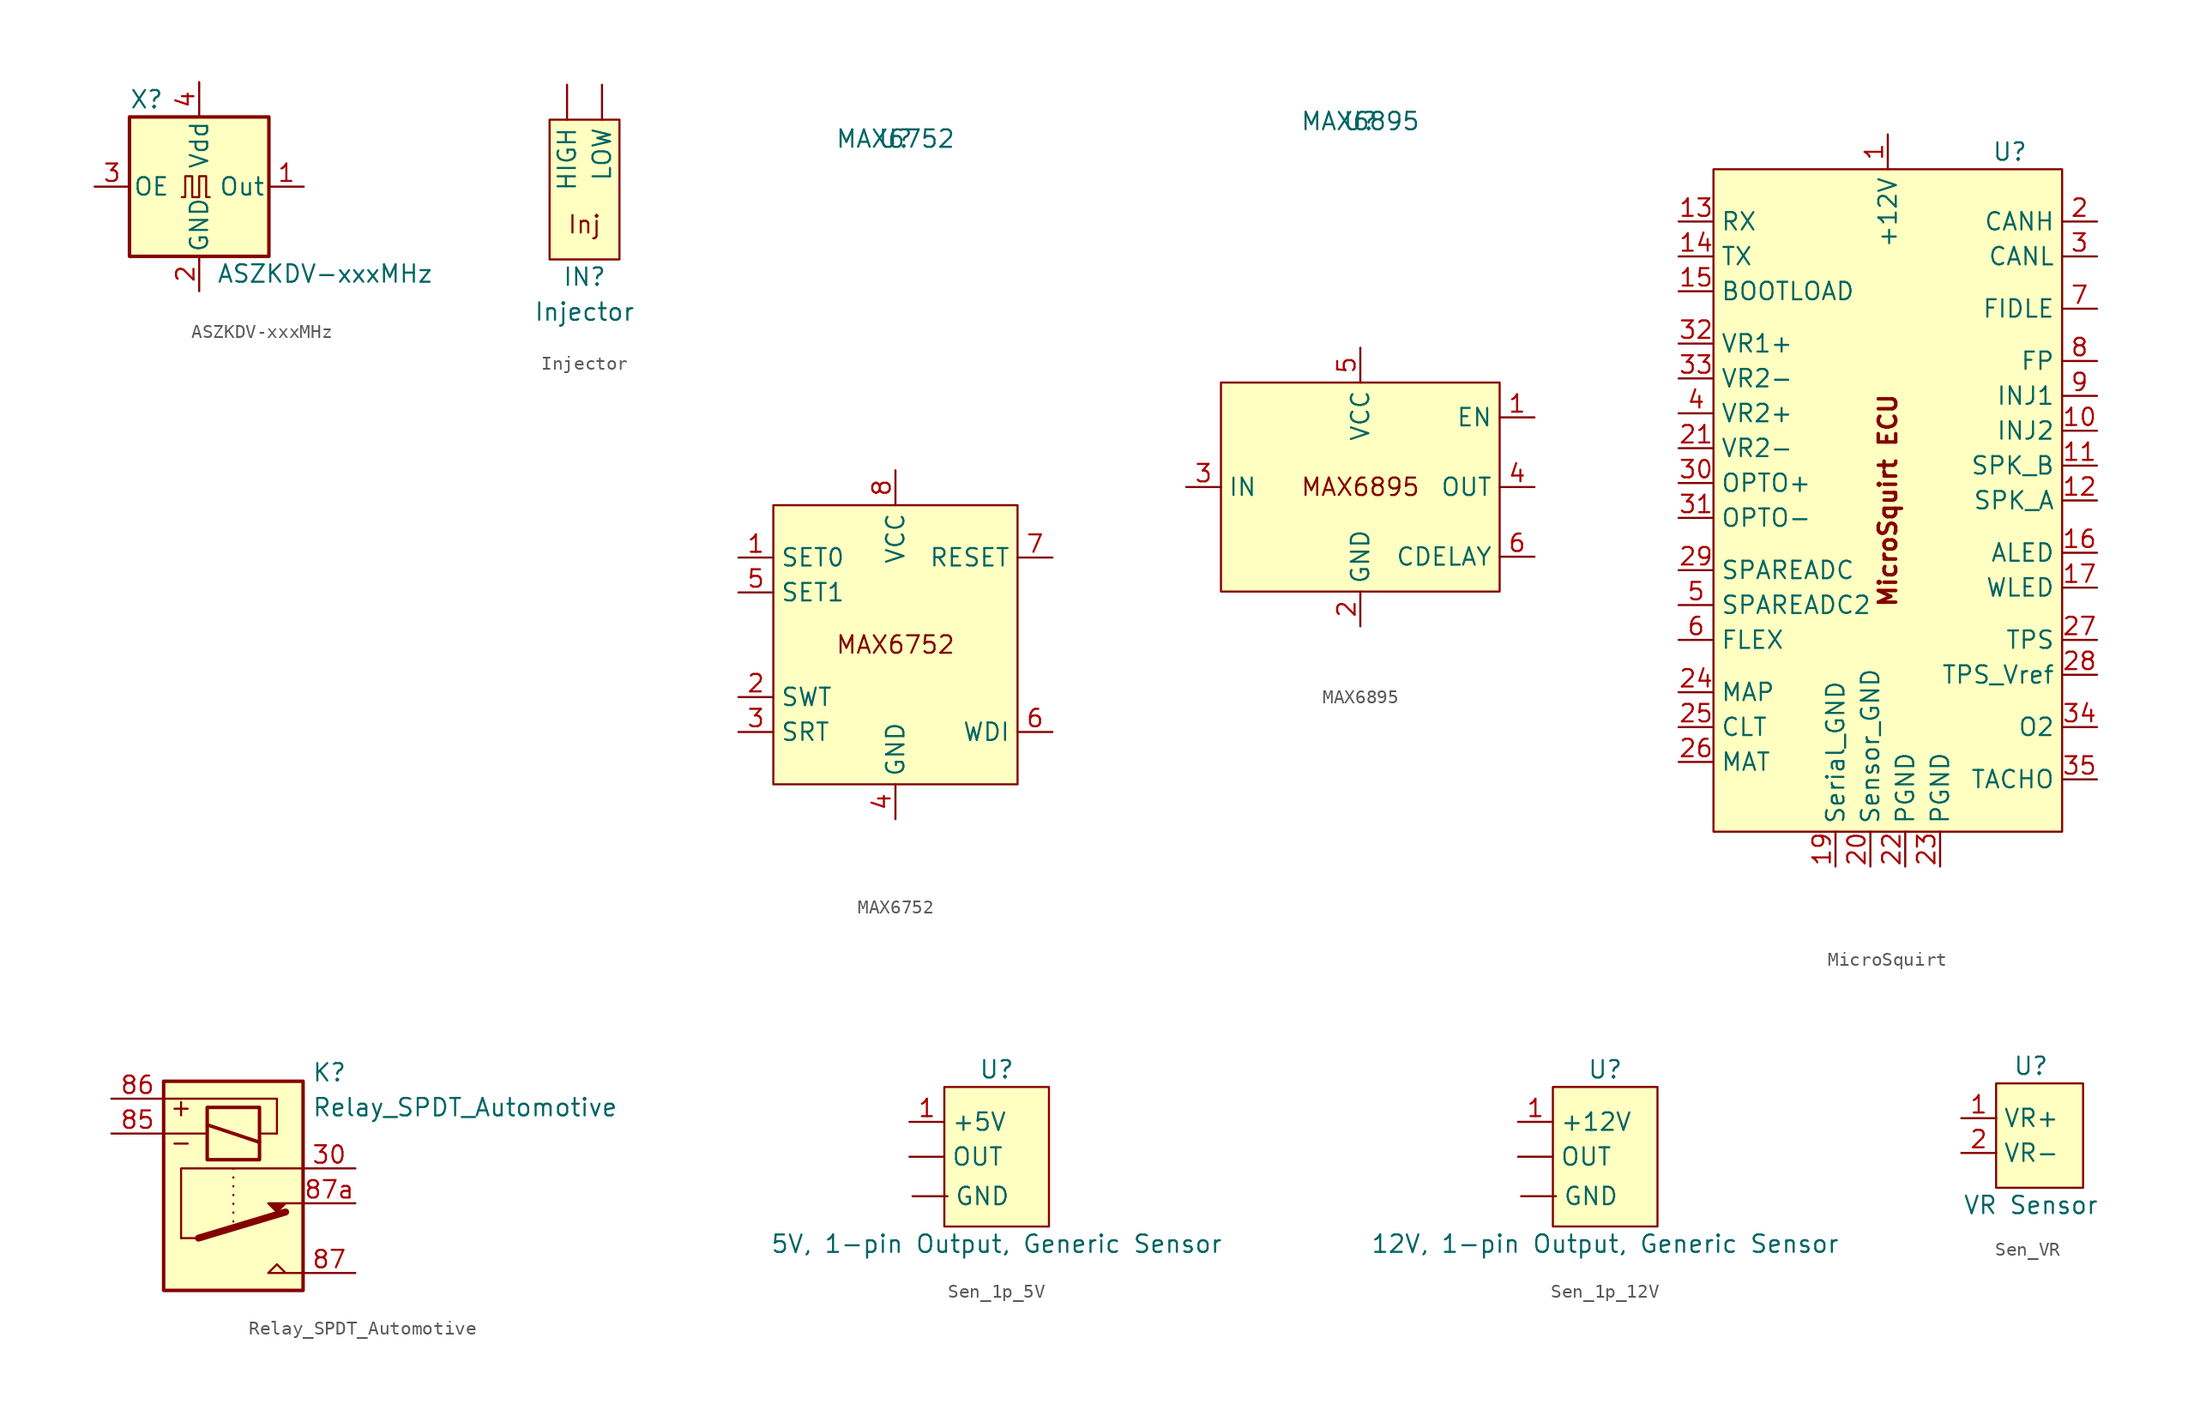
<source format=kicad_sym>
(kicad_symbol_lib
  (version 20241209)
  (generator "kicad_symbol_editor")
  (generator_version "9.0")
  (symbol "ASZKDV-xxxMHz"
    (pin_names
      (offset 0.254))
    (property "Reference" "X"
      (at -5.08 6.35 0)
      (effects (font (size 1.27 1.27)) (justify left)))
    (property "Value" "ASZKDV-xxxMHz"
      (at 1.27 -6.35 0)
      (effects (font (size 1.27 1.27)) (justify left)))
    (symbol "ASZKDV-xxxMHz_0_1"
      (rectangle (start -5.08 5.08) (end 5.08 -5.08) (stroke (width 0.254) (type default)) (fill (type background)))
      (polyline (pts (xy -1.27 -0.762) (xy -1.016 -0.762) (xy -1.016 0.762) (xy -0.508 0.762) (xy -0.508 -0.762) (xy 0 -0.762) (xy 0 0.762) (xy 0.508 0.762) (xy 0.508 -0.762) (xy 0.762 -0.762)) (stroke (width 0) (type default)) (fill (type none))))
    (symbol "ASZKDV-xxxMHz_1_1"
      (pin input line (at -7.62 0 0) (length 2.54) (name "OE" (effects (font (size 1.27 1.27)))) (number "3" (effects (font (size 1.27 1.27)))))
      (pin power_in line (at 0 7.62 270) (length 2.54) (name "Vdd" (effects (font (size 1.27 1.27)))) (number "4" (effects (font (size 1.27 1.27)))))
      (pin power_in line (at 0 -7.62 90) (length 2.54) (name "GND" (effects (font (size 1.27 1.27)))) (number "2" (effects (font (size 1.27 1.27)))))
      (pin output line (at 7.62 0 180) (length 2.54) (name "Out" (effects (font (size 1.27 1.27)))) (number "1" (effects (font (size 1.27 1.27)))))))
  (symbol "Injector"
    (property "Reference" "IN"
      (at 0 -6.35 0)
      (effects (font (size 1.27 1.27))))
    (property "Value" "Injector"
      (at 0 -8.89 0)
      (effects (font (size 1.27 1.27))))
    (symbol "Injector_1_1"
      (rectangle (start -2.54 5.08) (end 2.54 -5.08) (stroke (width 0) (type default)) (fill (type background)))
      (text "Inj" (at 0 -2.54 0) (effects (font (size 1.27 1.27))))
      (pin input line (at -1.27 7.62 270) (length 2.54) (name "HIGH" (effects (font (size 1.27 1.27)))) (number "" (effects (font (size 1.27 1.27)))))
      (pin input line (at 1.27 7.62 270) (length 2.54) (name "LOW" (effects (font (size 1.27 1.27)))) (number "" (effects (font (size 1.27 1.27)))))))
  (symbol "MAX6752"
    (property "Reference" "U"
      (at 0 36.83 0)
      (effects (font (size 1.27 1.27))))
    (property "Value" "MAX6752"
      (at 0 36.83 0)
      (effects (font (size 1.27 1.27))))
    (symbol "MAX6752_1_1"
      (rectangle (start -8.89 10.16) (end 8.89 -10.16) (stroke (width 0) (type default)) (fill (type background)))
      (text "MAX6752" (at 0 0 0) (effects (font (size 1.27 1.27))))
      (pin input line (at -11.43 6.35 0) (length 2.54) (name "SET0" (effects (font (size 1.27 1.27)))) (number "1" (effects (font (size 1.27 1.27)))))
      (pin input line (at -11.43 3.81 0) (length 2.54) (name "SET1" (effects (font (size 1.27 1.27)))) (number "5" (effects (font (size 1.27 1.27)))))
      (pin input line (at -11.43 -3.81 0) (length 2.54) (name "SWT" (effects (font (size 1.27 1.27)))) (number "2" (effects (font (size 1.27 1.27)))))
      (pin input line (at -11.43 -6.35 0) (length 2.54) (name "SRT" (effects (font (size 1.27 1.27)))) (number "3" (effects (font (size 1.27 1.27)))))
      (pin power_in line (at 0 12.7 270) (length 2.54) (name "VCC" (effects (font (size 1.27 1.27)))) (number "8" (effects (font (size 1.27 1.27)))))
      (pin power_in line (at 0 -12.7 90) (length 2.54) (name "GND" (effects (font (size 1.27 1.27)))) (number "4" (effects (font (size 1.27 1.27)))))
      (pin output line (at 11.43 6.35 180) (length 2.54) (name "RESET" (effects (font (size 1.27 1.27)))) (number "7" (effects (font (size 1.27 1.27)))))
      (pin input line (at 11.43 -6.35 180) (length 2.54) (name "WDI" (effects (font (size 1.27 1.27)))) (number "6" (effects (font (size 1.27 1.27)))))))
  (symbol "MAX6895"
    (property "Reference" "U"
      (at 0 26.67 0)
      (effects (font (size 1.27 1.27))))
    (property "Value" "MAX6895"
      (at 0 26.67 0)
      (effects (font (size 1.27 1.27))))
    (symbol "MAX6895_1_1"
      (rectangle (start -10.16 7.62) (end 10.16 -7.62) (stroke (width 0) (type default)) (fill (type background)))
      (text "MAX6895" (at 0 0 0) (effects (font (size 1.27 1.27))))
      (pin input line (at -12.7 0 0) (length 2.54) (name "IN" (effects (font (size 1.27 1.27)))) (number "3" (effects (font (size 1.27 1.27)))))
      (pin power_in line (at 0 10.16 270) (length 2.54) (name "VCC" (effects (font (size 1.27 1.27)))) (number "5" (effects (font (size 1.27 1.27)))))
      (pin power_in line (at 0 -10.16 90) (length 2.54) (name "GND" (effects (font (size 1.27 1.27)))) (number "2" (effects (font (size 1.27 1.27)))))
      (pin input line (at 12.7 5.08 180) (length 2.54) (name "EN" (effects (font (size 1.27 1.27)))) (number "1" (effects (font (size 1.27 1.27)))))
      (pin output line (at 12.7 0 180) (length 2.54) (name "OUT" (effects (font (size 1.27 1.27)))) (number "4" (effects (font (size 1.27 1.27)))))
      (pin input line (at 12.7 -5.08 180) (length 2.54) (name "CDELAY" (effects (font (size 1.27 1.27)))) (number "6" (effects (font (size 1.27 1.27)))))))
  (symbol "MicroSquirt"
    (property "Reference" "U"
      (at 8.89 25.4 0)
      (effects (font (size 1.27 1.27))))
    (property "Value" ""
      (at 0 0 0)
      (effects (font (size 1.27 1.27))))
    (symbol "MicroSquirt_1_1"
      (rectangle (start -12.7 24.13) (end 12.7 -24.13) (stroke (width 0) (type default)) (fill (type background)))
      (text "MicroSquirt ECU" (at 0 0 900) (effects (font (size 1.27 1.27) (thickness 0.254) (bold yes))))
      (pin input line (at -15.24 20.32 0) (length 2.54) (name "RX" (effects (font (size 1.27 1.27)))) (number "13" (effects (font (size 1.27 1.27)))))
      (pin output line (at -15.24 17.78 0) (length 2.54) (name "TX" (effects (font (size 1.27 1.27)))) (number "14" (effects (font (size 1.27 1.27)))))
      (pin input line (at -15.24 15.24 0) (length 2.54) (name "BOOTLOAD" (effects (font (size 1.27 1.27)))) (number "15" (effects (font (size 1.27 1.27)))))
      (pin input line (at -15.24 11.43 0) (length 2.54) (name "VR1+" (effects (font (size 1.27 1.27)))) (number "32" (effects (font (size 1.27 1.27)))))
      (pin input line (at -15.24 8.89 0) (length 2.54) (name "VR2-" (effects (font (size 1.27 1.27)))) (number "33" (effects (font (size 1.27 1.27)))))
      (pin input line (at -15.24 6.35 0) (length 2.54) (name "VR2+" (effects (font (size 1.27 1.27)))) (number "4" (effects (font (size 1.27 1.27)))))
      (pin input line (at -15.24 3.81 0) (length 2.54) (name "VR2-" (effects (font (size 1.27 1.27)))) (number "21" (effects (font (size 1.27 1.27)))))
      (pin input line (at -15.24 1.27 0) (length 2.54) (name "OPTO+" (effects (font (size 1.27 1.27)))) (number "30" (effects (font (size 1.27 1.27)))))
      (pin input line (at -15.24 -1.27 0) (length 2.54) (name "OPTO-" (effects (font (size 1.27 1.27)))) (number "31" (effects (font (size 1.27 1.27)))))
      (pin input line (at -15.24 -5.08 0) (length 2.54) (name "SPAREADC" (effects (font (size 1.27 1.27)))) (number "29" (effects (font (size 1.27 1.27)))))
      (pin input line (at -15.24 -7.62 0) (length 2.54) (name "SPAREADC2" (effects (font (size 1.27 1.27)))) (number "5" (effects (font (size 1.27 1.27)))))
      (pin input line (at -15.24 -10.16 0) (length 2.54) (name "FLEX" (effects (font (size 1.27 1.27)))) (number "6" (effects (font (size 1.27 1.27)))))
      (pin input line (at -15.24 -13.97 0) (length 2.54) (name "MAP" (effects (font (size 1.27 1.27)))) (number "24" (effects (font (size 1.27 1.27)))))
      (pin input line (at -15.24 -16.51 0) (length 2.54) (name "CLT" (effects (font (size 1.27 1.27)))) (number "25" (effects (font (size 1.27 1.27)))))
      (pin input line (at -15.24 -19.05 0) (length 2.54) (name "MAT" (effects (font (size 1.27 1.27)))) (number "26" (effects (font (size 1.27 1.27)))))
      (pin power_in line (at -3.81 -26.67 90) (length 2.54) (name "Serial_GND" (effects (font (size 1.27 1.27)))) (number "19" (effects (font (size 1.27 1.27)))))
      (pin power_in line (at -1.27 -26.67 90) (length 2.54) (name "Sensor_GND" (effects (font (size 1.27 1.27)))) (number "20" (effects (font (size 1.27 1.27)))))
      (pin power_in line (at 0 26.67 270) (length 2.54) (name "+12V" (effects (font (size 1.27 1.27)))) (number "1" (effects (font (size 1.27 1.27)))))
      (pin power_in line (at 1.27 -26.67 90) (length 2.54) (name "PGND" (effects (font (size 1.27 1.27)))) (number "22" (effects (font (size 1.27 1.27)))))
      (pin power_in line (at 3.81 -26.67 90) (length 2.54) (name "PGND" (effects (font (size 1.27 1.27)))) (number "23" (effects (font (size 1.27 1.27)))))
      (pin bidirectional line (at 15.24 20.32 180) (length 2.54) (name "CANH" (effects (font (size 1.27 1.27)))) (number "2" (effects (font (size 1.27 1.27)))))
      (pin bidirectional line (at 15.24 17.78 180) (length 2.54) (name "CANL" (effects (font (size 1.27 1.27)))) (number "3" (effects (font (size 1.27 1.27)))))
      (pin output line (at 15.24 13.97 180) (length 2.54) (name "FIDLE" (effects (font (size 1.27 1.27)))) (number "7" (effects (font (size 1.27 1.27)))))
      (pin output line (at 15.24 10.16 180) (length 2.54) (name "FP" (effects (font (size 1.27 1.27)))) (number "8" (effects (font (size 1.27 1.27)))))
      (pin output line (at 15.24 7.62 180) (length 2.54) (name "INJ1" (effects (font (size 1.27 1.27)))) (number "9" (effects (font (size 1.27 1.27)))))
      (pin output line (at 15.24 5.08 180) (length 2.54) (name "INJ2" (effects (font (size 1.27 1.27)))) (number "10" (effects (font (size 1.27 1.27)))))
      (pin output line (at 15.24 2.54 180) (length 2.54) (name "SPK_B" (effects (font (size 1.27 1.27)))) (number "11" (effects (font (size 1.27 1.27)))))
      (pin output line (at 15.24 0 180) (length 2.54) (name "SPK_A" (effects (font (size 1.27 1.27)))) (number "12" (effects (font (size 1.27 1.27)))))
      (pin output line (at 15.24 -3.81 180) (length 2.54) (name "ALED" (effects (font (size 1.27 1.27)))) (number "16" (effects (font (size 1.27 1.27)))))
      (pin output line (at 15.24 -6.35 180) (length 2.54) (name "WLED" (effects (font (size 1.27 1.27)))) (number "17" (effects (font (size 1.27 1.27)))))
      (pin input line (at 15.24 -10.16 180) (length 2.54) (name "TPS" (effects (font (size 1.27 1.27)))) (number "27" (effects (font (size 1.27 1.27)))))
      (pin power_in line (at 15.24 -12.7 180) (length 2.54) (name "TPS_Vref" (effects (font (size 1.27 1.27)))) (number "28" (effects (font (size 1.27 1.27)))))
      (pin input line (at 15.24 -16.51 180) (length 2.54) (name "O2" (effects (font (size 1.27 1.27)))) (number "34" (effects (font (size 1.27 1.27)))))
      (pin output line (at 15.24 -20.32 180) (length 2.54) (name "TACHO" (effects (font (size 1.27 1.27)))) (number "35" (effects (font (size 1.27 1.27)))))))
  (symbol "Relay_SPDT_Automotive"
    (property "Reference" "K"
      (at 6.985 6.985 0)
      (effects (font (size 1.27 1.27)) (justify left)))
    (property "Value" "Relay_SPDT_Automotive"
      (at 6.985 4.445 0)
      (effects (font (size 1.27 1.27)) (justify left)))
    (symbol "Relay_SPDT_Automotive_0_0"
      (polyline (pts (xy 6.35 -7.62) (xy 3.81 -7.62) (xy 4.445 -6.985) (xy 5.08 -7.62)) (stroke (width 0) (type default)) (fill (type none))))
    (symbol "Relay_SPDT_Automotive_0_1"
      (rectangle (start -3.81 6.35) (end 6.35 -8.89) (stroke (width 0.254) (type default)) (fill (type background)))
      (polyline (pts (xy -3.81 2.54) (xy -0.635 2.54)) (stroke (width 0) (type default)) (fill (type none)))
      (polyline (pts (xy -1.27 -5.08) (xy -2.54 -5.08)) (stroke (width 0) (type default)) (fill (type none)))
      (polyline (pts (xy -1.27 -5.08) (xy 5.08 -3.175)) (stroke (width 0.508) (type default)) (fill (type none)))
      (rectangle (start -0.635 4.445) (end 3.175 0.635) (stroke (width 0.254) (type default)) (fill (type none)))
      (polyline (pts (xy -0.635 3.175) (xy 3.175 1.905)) (stroke (width 0.254) (type default)) (fill (type none)))
      (polyline (pts (xy 4.445 2.54) (xy 3.175 2.54)) (stroke (width 0) (type default)) (fill (type none)))
      (polyline (pts (xy 4.445 2.54) (xy 4.445 5.08) (xy -3.81 5.08)) (stroke (width 0) (type default)) (fill (type none)))
      (polyline (pts (xy 6.35 0) (xy -2.54 0) (xy -2.54 -5.08)) (stroke (width 0) (type default)) (fill (type none)))
      (polyline (pts (xy 6.35 -2.54) (xy 3.81 -2.54) (xy 4.445 -3.175) (xy 5.08 -2.54)) (stroke (width 0) (type default)) (fill (type outline))))
    (symbol "Relay_SPDT_Automotive_1_1"
      (polyline (pts (xy 1.27 0.635) (xy 1.27 -4.445)) (stroke (width 0) (type dot)) (fill (type none)))
      (text "+" (at -2.54 4.445 0) (effects (font (size 1.27 1.27))))
      (text "-" (at -2.54 1.905 0) (effects (font (size 1.27 1.27))))
      (pin passive line (at -7.62 5.08 0) (length 3.81) (name "~" (effects (font (size 1.27 1.27)))) (number "86" (effects (font (size 1.27 1.27)))))
      (pin passive line (at -7.62 2.54 0) (length 3.81) (name "~" (effects (font (size 1.27 1.27)))) (number "85" (effects (font (size 1.27 1.27)))))
      (pin passive line (at 10.16 0 180) (length 3.81) (name "~" (effects (font (size 1.27 1.27)))) (number "30" (effects (font (size 1.27 1.27)))))
      (pin passive line (at 10.16 -2.54 180) (length 3.81) (name "~" (effects (font (size 1.27 1.27)))) (number "87a" (effects (font (size 1.27 1.27)))))
      (pin passive line (at 10.16 -7.62 180) (length 3.81) (name "~" (effects (font (size 1.27 1.27)))) (number "87" (effects (font (size 1.27 1.27)))))))
  (symbol "Sen_1p_5V"
    (property "Reference" "U"
      (at 0 6.35 0)
      (effects (font (size 1.27 1.27))))
    (property "Value" "5V, 1-pin Output, Generic Sensor"
      (at 0 -6.35 0)
      (effects (font (size 1.27 1.27))))
    (symbol "Sen_1p_5V_1_1"
      (rectangle (start -3.81 5.08) (end 3.81 -5.08) (stroke (width 0) (type default)) (fill (type background)))
      (pin power_in line (at -6.35 2.54 0) (length 2.54) (name "+5V" (effects (font (size 1.27 1.27)))) (number "1" (effects (font (size 1.27 1.27)))))
      (pin output line (at -6.35 0 0) (length 2.54) (name "OUT" (effects (font (size 1.27 1.27)))) (number "" (effects (font (size 1.27 1.27)))))
      (pin power_in line (at -6.124 -2.876 0) (length 2.54) (name "GND" (effects (font (size 1.27 1.27)))) (number "" (effects (font (size 1.27 1.27)))))))
  (symbol "Sen_1p_12V"
    (property "Reference" "U"
      (at 0 6.35 0)
      (effects (font (size 1.27 1.27))))
    (property "Value" "12V, 1-pin Output, Generic Sensor"
      (at 0 -6.35 0)
      (effects (font (size 1.27 1.27))))
    (symbol "Sen_1p_12V_1_1"
      (rectangle (start -3.81 5.08) (end 3.81 -5.08) (stroke (width 0) (type default)) (fill (type background)))
      (pin power_in line (at -6.35 2.54 0) (length 2.54) (name "+12V" (effects (font (size 1.27 1.27)))) (number "1" (effects (font (size 1.27 1.27)))))
      (pin output line (at -6.35 0 0) (length 2.54) (name "OUT" (effects (font (size 1.27 1.27)))) (number "" (effects (font (size 1.27 1.27)))))
      (pin power_in line (at -6.124 -2.876 0) (length 2.54) (name "GND" (effects (font (size 1.27 1.27)))) (number "" (effects (font (size 1.27 1.27)))))))
  (symbol "Sen_VR"
    (property "Reference" "U"
      (at 0 5.08 0)
      (effects (font (size 1.27 1.27))))
    (property "Value" "VR Sensor"
      (at 0 -5.08 0)
      (effects (font (size 1.27 1.27))))
    (symbol "Sen_VR_1_1"
      (rectangle (start -2.54 3.81) (end 3.81 -3.81) (stroke (width 0) (type default)) (fill (type background)))
      (pin unspecified line (at -5.08 1.27 0) (length 2.54) (name "VR+" (effects (font (size 1.27 1.27)))) (number "1" (effects (font (size 1.27 1.27)))))
      (pin unspecified line (at -5.08 -1.27 0) (length 2.54) (name "VR-" (effects (font (size 1.27 1.27)))) (number "2" (effects (font (size 1.27 1.27))))))))
</source>
